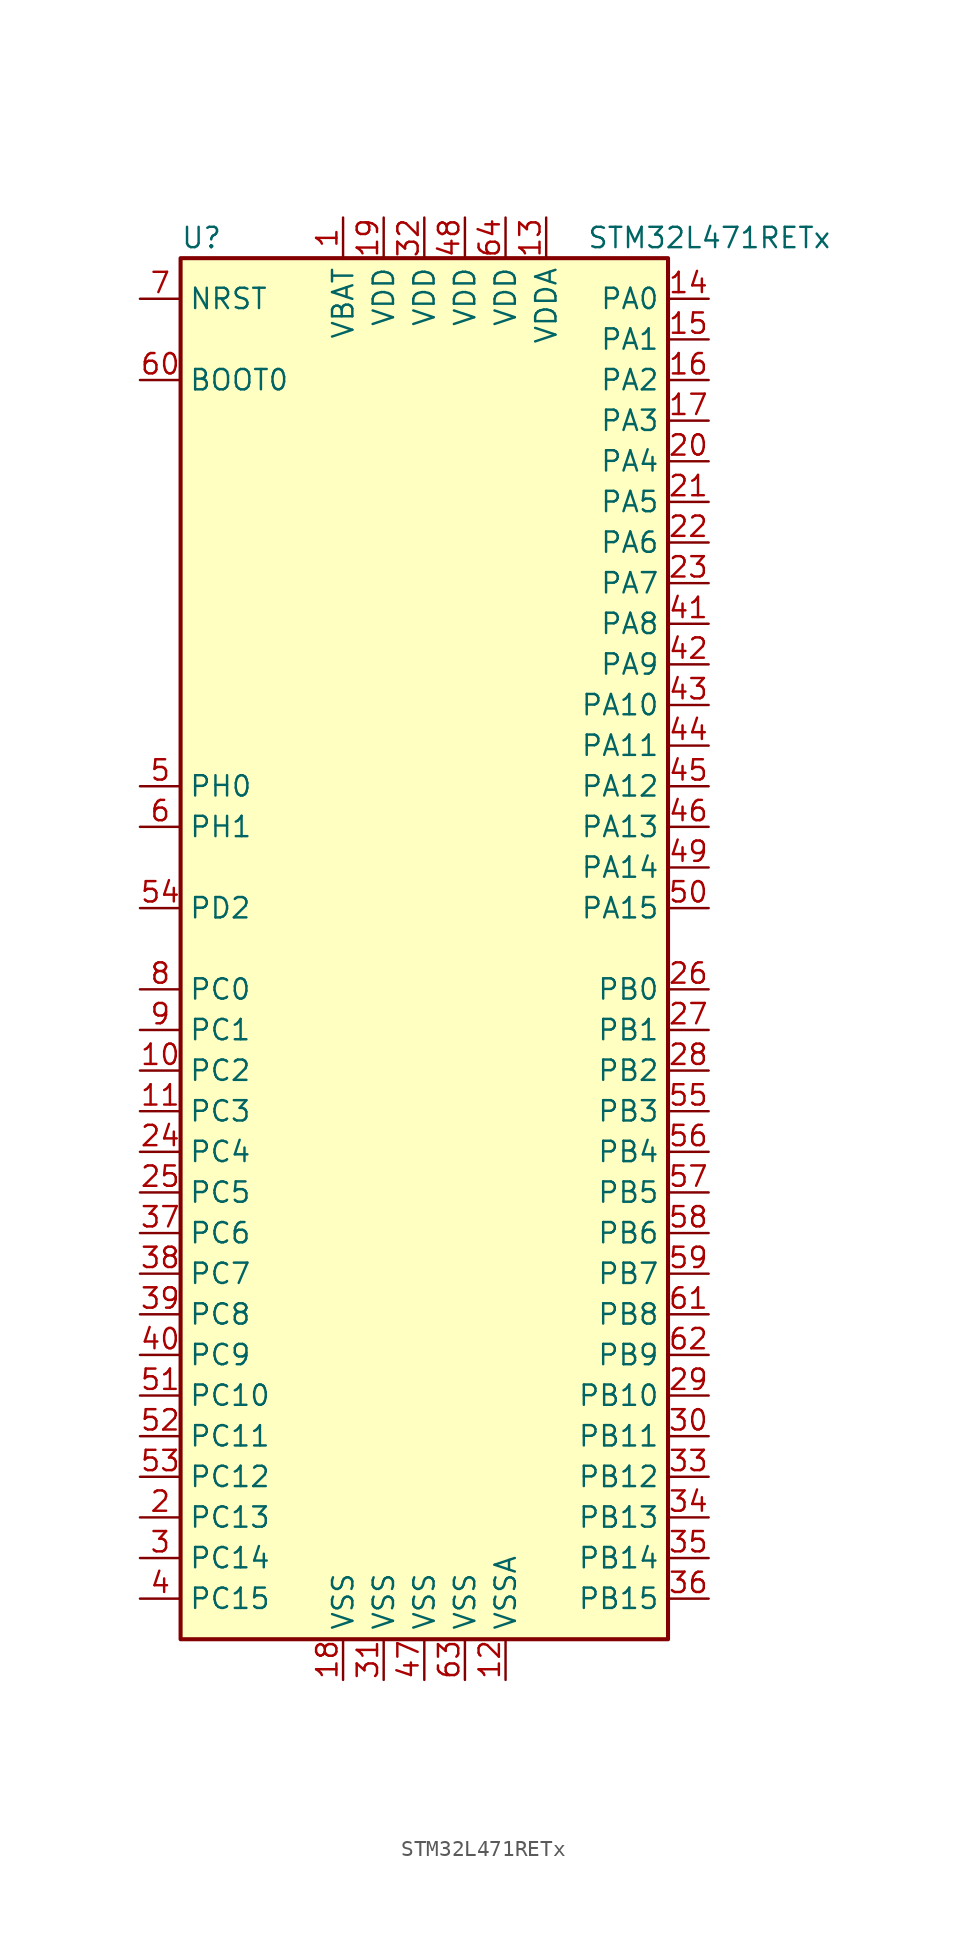
<source format=kicad_sym>
(kicad_symbol_lib
  (version 20211014)
  (generator kicad_symbol_editor)
  (symbol "STM32L471RETx"
    (property "Reference" "U"
      (at -15.24 44.45 0)
      (effects (font (size 1.27 1.27)) (justify left)))
    (property "Value" "STM32L471RETx"
      (at 10.16 44.45 0)
      (effects (font (size 1.27 1.27)) (justify left)))
    (symbol "STM32L471RETx_0_1"
      (rectangle (start -15.24 -43.18) (end 15.24 43.18) (stroke (width 0.254) (type default) (color 0 0 0 0)) (fill (type background))))
    (symbol "STM32L471RETx_1_1"
      (pin power_in line (at -5.08 45.72 270) (length 2.54) (name "VBAT" (effects (font (size 1.27 1.27)))) (number "1" (effects (font (size 1.27 1.27)))))
      (pin bidirectional line (at -17.78 -7.62 0) (length 2.54) (name "PC2" (effects (font (size 1.27 1.27)))) (number "10" (effects (font (size 1.27 1.27)))))
      (pin bidirectional line (at -17.78 -10.16 0) (length 2.54) (name "PC3" (effects (font (size 1.27 1.27)))) (number "11" (effects (font (size 1.27 1.27)))))
      (pin power_in line (at 5.08 -45.72 90) (length 2.54) (name "VSSA" (effects (font (size 1.27 1.27)))) (number "12" (effects (font (size 1.27 1.27)))))
      (pin power_in line (at 7.62 45.72 270) (length 2.54) (name "VDDA" (effects (font (size 1.27 1.27)))) (number "13" (effects (font (size 1.27 1.27)))))
      (pin bidirectional line (at 17.78 40.64 180) (length 2.54) (name "PA0" (effects (font (size 1.27 1.27)))) (number "14" (effects (font (size 1.27 1.27)))))
      (pin bidirectional line (at 17.78 38.1 180) (length 2.54) (name "PA1" (effects (font (size 1.27 1.27)))) (number "15" (effects (font (size 1.27 1.27)))))
      (pin bidirectional line (at 17.78 35.56 180) (length 2.54) (name "PA2" (effects (font (size 1.27 1.27)))) (number "16" (effects (font (size 1.27 1.27)))))
      (pin bidirectional line (at 17.78 33.02 180) (length 2.54) (name "PA3" (effects (font (size 1.27 1.27)))) (number "17" (effects (font (size 1.27 1.27)))))
      (pin power_in line (at -5.08 -45.72 90) (length 2.54) (name "VSS" (effects (font (size 1.27 1.27)))) (number "18" (effects (font (size 1.27 1.27)))))
      (pin power_in line (at -2.54 45.72 270) (length 2.54) (name "VDD" (effects (font (size 1.27 1.27)))) (number "19" (effects (font (size 1.27 1.27)))))
      (pin bidirectional line (at -17.78 -35.56 0) (length 2.54) (name "PC13" (effects (font (size 1.27 1.27)))) (number "2" (effects (font (size 1.27 1.27)))))
      (pin bidirectional line (at 17.78 30.48 180) (length 2.54) (name "PA4" (effects (font (size 1.27 1.27)))) (number "20" (effects (font (size 1.27 1.27)))))
      (pin bidirectional line (at 17.78 27.94 180) (length 2.54) (name "PA5" (effects (font (size 1.27 1.27)))) (number "21" (effects (font (size 1.27 1.27)))))
      (pin bidirectional line (at 17.78 25.4 180) (length 2.54) (name "PA6" (effects (font (size 1.27 1.27)))) (number "22" (effects (font (size 1.27 1.27)))))
      (pin bidirectional line (at 17.78 22.86 180) (length 2.54) (name "PA7" (effects (font (size 1.27 1.27)))) (number "23" (effects (font (size 1.27 1.27)))))
      (pin bidirectional line (at -17.78 -12.7 0) (length 2.54) (name "PC4" (effects (font (size 1.27 1.27)))) (number "24" (effects (font (size 1.27 1.27)))))
      (pin bidirectional line (at -17.78 -15.24 0) (length 2.54) (name "PC5" (effects (font (size 1.27 1.27)))) (number "25" (effects (font (size 1.27 1.27)))))
      (pin bidirectional line (at 17.78 -2.54 180) (length 2.54) (name "PB0" (effects (font (size 1.27 1.27)))) (number "26" (effects (font (size 1.27 1.27)))))
      (pin bidirectional line (at 17.78 -5.08 180) (length 2.54) (name "PB1" (effects (font (size 1.27 1.27)))) (number "27" (effects (font (size 1.27 1.27)))))
      (pin bidirectional line (at 17.78 -7.62 180) (length 2.54) (name "PB2" (effects (font (size 1.27 1.27)))) (number "28" (effects (font (size 1.27 1.27)))))
      (pin bidirectional line (at 17.78 -27.94 180) (length 2.54) (name "PB10" (effects (font (size 1.27 1.27)))) (number "29" (effects (font (size 1.27 1.27)))))
      (pin bidirectional line (at -17.78 -38.1 0) (length 2.54) (name "PC14" (effects (font (size 1.27 1.27)))) (number "3" (effects (font (size 1.27 1.27)))))
      (pin bidirectional line (at 17.78 -30.48 180) (length 2.54) (name "PB11" (effects (font (size 1.27 1.27)))) (number "30" (effects (font (size 1.27 1.27)))))
      (pin power_in line (at -2.54 -45.72 90) (length 2.54) (name "VSS" (effects (font (size 1.27 1.27)))) (number "31" (effects (font (size 1.27 1.27)))))
      (pin power_in line (at 0 45.72 270) (length 2.54) (name "VDD" (effects (font (size 1.27 1.27)))) (number "32" (effects (font (size 1.27 1.27)))))
      (pin bidirectional line (at 17.78 -33.02 180) (length 2.54) (name "PB12" (effects (font (size 1.27 1.27)))) (number "33" (effects (font (size 1.27 1.27)))))
      (pin bidirectional line (at 17.78 -35.56 180) (length 2.54) (name "PB13" (effects (font (size 1.27 1.27)))) (number "34" (effects (font (size 1.27 1.27)))))
      (pin bidirectional line (at 17.78 -38.1 180) (length 2.54) (name "PB14" (effects (font (size 1.27 1.27)))) (number "35" (effects (font (size 1.27 1.27)))))
      (pin bidirectional line (at 17.78 -40.64 180) (length 2.54) (name "PB15" (effects (font (size 1.27 1.27)))) (number "36" (effects (font (size 1.27 1.27)))))
      (pin bidirectional line (at -17.78 -17.78 0) (length 2.54) (name "PC6" (effects (font (size 1.27 1.27)))) (number "37" (effects (font (size 1.27 1.27)))))
      (pin bidirectional line (at -17.78 -20.32 0) (length 2.54) (name "PC7" (effects (font (size 1.27 1.27)))) (number "38" (effects (font (size 1.27 1.27)))))
      (pin bidirectional line (at -17.78 -22.86 0) (length 2.54) (name "PC8" (effects (font (size 1.27 1.27)))) (number "39" (effects (font (size 1.27 1.27)))))
      (pin bidirectional line (at -17.78 -40.64 0) (length 2.54) (name "PC15" (effects (font (size 1.27 1.27)))) (number "4" (effects (font (size 1.27 1.27)))))
      (pin bidirectional line (at -17.78 -25.4 0) (length 2.54) (name "PC9" (effects (font (size 1.27 1.27)))) (number "40" (effects (font (size 1.27 1.27)))))
      (pin bidirectional line (at 17.78 20.32 180) (length 2.54) (name "PA8" (effects (font (size 1.27 1.27)))) (number "41" (effects (font (size 1.27 1.27)))))
      (pin bidirectional line (at 17.78 17.78 180) (length 2.54) (name "PA9" (effects (font (size 1.27 1.27)))) (number "42" (effects (font (size 1.27 1.27)))))
      (pin bidirectional line (at 17.78 15.24 180) (length 2.54) (name "PA10" (effects (font (size 1.27 1.27)))) (number "43" (effects (font (size 1.27 1.27)))))
      (pin bidirectional line (at 17.78 12.7 180) (length 2.54) (name "PA11" (effects (font (size 1.27 1.27)))) (number "44" (effects (font (size 1.27 1.27)))))
      (pin bidirectional line (at 17.78 10.16 180) (length 2.54) (name "PA12" (effects (font (size 1.27 1.27)))) (number "45" (effects (font (size 1.27 1.27)))))
      (pin bidirectional line (at 17.78 7.62 180) (length 2.54) (name "PA13" (effects (font (size 1.27 1.27)))) (number "46" (effects (font (size 1.27 1.27)))))
      (pin power_in line (at 0 -45.72 90) (length 2.54) (name "VSS" (effects (font (size 1.27 1.27)))) (number "47" (effects (font (size 1.27 1.27)))))
      (pin power_in line (at 2.54 45.72 270) (length 2.54) (name "VDD" (effects (font (size 1.27 1.27)))) (number "48" (effects (font (size 1.27 1.27)))))
      (pin bidirectional line (at 17.78 5.08 180) (length 2.54) (name "PA14" (effects (font (size 1.27 1.27)))) (number "49" (effects (font (size 1.27 1.27)))))
      (pin input line (at -17.78 10.16 0) (length 2.54) (name "PH0" (effects (font (size 1.27 1.27)))) (number "5" (effects (font (size 1.27 1.27)))))
      (pin bidirectional line (at 17.78 2.54 180) (length 2.54) (name "PA15" (effects (font (size 1.27 1.27)))) (number "50" (effects (font (size 1.27 1.27)))))
      (pin bidirectional line (at -17.78 -27.94 0) (length 2.54) (name "PC10" (effects (font (size 1.27 1.27)))) (number "51" (effects (font (size 1.27 1.27)))))
      (pin bidirectional line (at -17.78 -30.48 0) (length 2.54) (name "PC11" (effects (font (size 1.27 1.27)))) (number "52" (effects (font (size 1.27 1.27)))))
      (pin bidirectional line (at -17.78 -33.02 0) (length 2.54) (name "PC12" (effects (font (size 1.27 1.27)))) (number "53" (effects (font (size 1.27 1.27)))))
      (pin bidirectional line (at -17.78 2.54 0) (length 2.54) (name "PD2" (effects (font (size 1.27 1.27)))) (number "54" (effects (font (size 1.27 1.27)))))
      (pin bidirectional line (at 17.78 -10.16 180) (length 2.54) (name "PB3" (effects (font (size 1.27 1.27)))) (number "55" (effects (font (size 1.27 1.27)))))
      (pin bidirectional line (at 17.78 -12.7 180) (length 2.54) (name "PB4" (effects (font (size 1.27 1.27)))) (number "56" (effects (font (size 1.27 1.27)))))
      (pin bidirectional line (at 17.78 -15.24 180) (length 2.54) (name "PB5" (effects (font (size 1.27 1.27)))) (number "57" (effects (font (size 1.27 1.27)))))
      (pin bidirectional line (at 17.78 -17.78 180) (length 2.54) (name "PB6" (effects (font (size 1.27 1.27)))) (number "58" (effects (font (size 1.27 1.27)))))
      (pin bidirectional line (at 17.78 -20.32 180) (length 2.54) (name "PB7" (effects (font (size 1.27 1.27)))) (number "59" (effects (font (size 1.27 1.27)))))
      (pin input line (at -17.78 7.62 0) (length 2.54) (name "PH1" (effects (font (size 1.27 1.27)))) (number "6" (effects (font (size 1.27 1.27)))))
      (pin input line (at -17.78 35.56 0) (length 2.54) (name "BOOT0" (effects (font (size 1.27 1.27)))) (number "60" (effects (font (size 1.27 1.27)))))
      (pin bidirectional line (at 17.78 -22.86 180) (length 2.54) (name "PB8" (effects (font (size 1.27 1.27)))) (number "61" (effects (font (size 1.27 1.27)))))
      (pin bidirectional line (at 17.78 -25.4 180) (length 2.54) (name "PB9" (effects (font (size 1.27 1.27)))) (number "62" (effects (font (size 1.27 1.27)))))
      (pin power_in line (at 2.54 -45.72 90) (length 2.54) (name "VSS" (effects (font (size 1.27 1.27)))) (number "63" (effects (font (size 1.27 1.27)))))
      (pin power_in line (at 5.08 45.72 270) (length 2.54) (name "VDD" (effects (font (size 1.27 1.27)))) (number "64" (effects (font (size 1.27 1.27)))))
      (pin input line (at -17.78 40.64 0) (length 2.54) (name "NRST" (effects (font (size 1.27 1.27)))) (number "7" (effects (font (size 1.27 1.27)))))
      (pin bidirectional line (at -17.78 -2.54 0) (length 2.54) (name "PC0" (effects (font (size 1.27 1.27)))) (number "8" (effects (font (size 1.27 1.27)))))
      (pin bidirectional line (at -17.78 -5.08 0) (length 2.54) (name "PC1" (effects (font (size 1.27 1.27)))) (number "9" (effects (font (size 1.27 1.27))))))))
</source>
